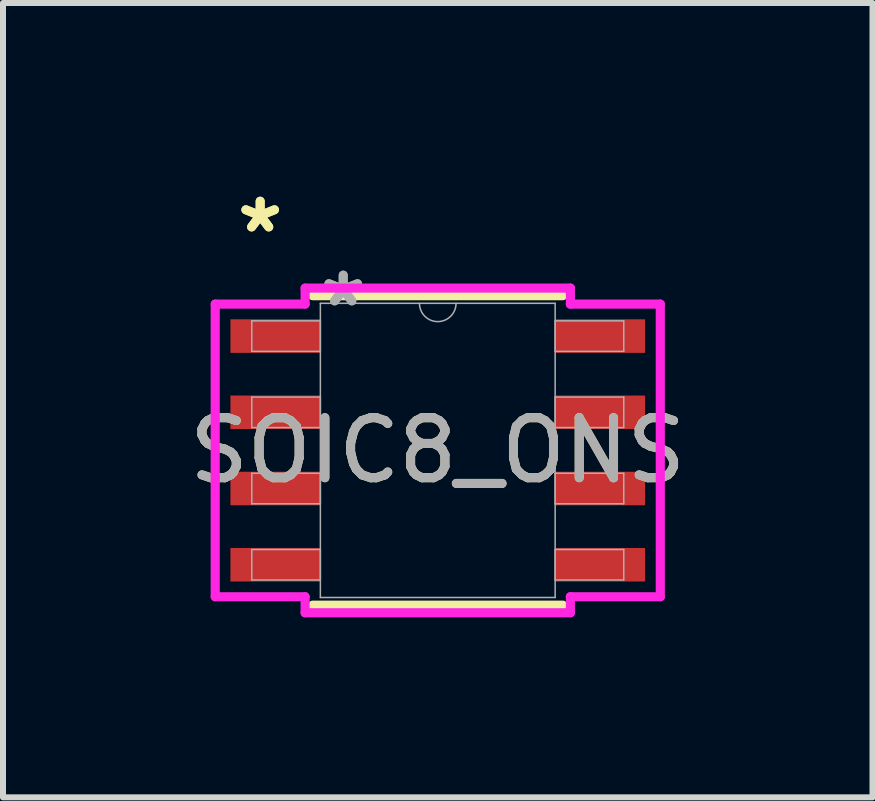
<source format=kicad_pcb>
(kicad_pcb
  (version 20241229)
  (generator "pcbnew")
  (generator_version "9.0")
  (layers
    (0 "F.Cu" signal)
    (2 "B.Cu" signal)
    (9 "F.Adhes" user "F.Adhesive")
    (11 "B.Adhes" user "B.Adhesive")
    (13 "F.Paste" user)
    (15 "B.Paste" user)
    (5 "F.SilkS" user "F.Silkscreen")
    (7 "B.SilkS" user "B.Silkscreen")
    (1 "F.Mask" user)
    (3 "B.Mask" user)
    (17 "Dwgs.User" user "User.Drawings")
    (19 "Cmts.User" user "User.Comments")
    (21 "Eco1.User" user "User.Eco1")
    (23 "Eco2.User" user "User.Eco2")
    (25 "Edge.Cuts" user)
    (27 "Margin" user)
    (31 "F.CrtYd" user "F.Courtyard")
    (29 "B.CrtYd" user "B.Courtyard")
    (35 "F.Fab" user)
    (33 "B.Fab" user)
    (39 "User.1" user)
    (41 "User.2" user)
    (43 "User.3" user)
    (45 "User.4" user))
  (footprint "SOIC8_ONS"
    (layer "F.Cu")
    (at 4.244 4.455)
    (property "Reference" "SOIC8_ONS" (at 0 0 0) (unlocked yes) (layer "F.SilkS") (effects (font (size 1 1) (thickness 0.15))))
    (attr smd)
    (fp_line (start -2.083 2.578) (end 2.083 2.578) (stroke (width 0.152) (type solid)) (layer "F.SilkS"))
    (fp_line (start 2.083 -2.578) (end -2.083 -2.578) (stroke (width 0.152) (type solid)) (layer "F.SilkS"))
    (fp_line (start -3.708 -2.438) (end -2.21 -2.438) (stroke (width 0.152) (type solid)) (layer "F.CrtYd"))
    (fp_line (start -3.708 2.438) (end -3.708 -2.438) (stroke (width 0.152) (type solid)) (layer "F.CrtYd"))
    (fp_line (start -3.708 2.438) (end -2.21 2.438) (stroke (width 0.152) (type solid)) (layer "F.CrtYd"))
    (fp_line (start -2.21 -2.705) (end 2.21 -2.705) (stroke (width 0.152) (type solid)) (layer "F.CrtYd"))
    (fp_line (start -2.21 -2.438) (end -2.21 -2.705) (stroke (width 0.152) (type solid)) (layer "F.CrtYd"))
    (fp_line (start -2.21 2.705) (end -2.21 2.438) (stroke (width 0.152) (type solid)) (layer "F.CrtYd"))
    (fp_line (start 2.21 -2.705) (end 2.21 -2.438) (stroke (width 0.152) (type solid)) (layer "F.CrtYd"))
    (fp_line (start 2.21 2.438) (end 2.21 2.705) (stroke (width 0.152) (type solid)) (layer "F.CrtYd"))
    (fp_line (start 2.21 2.705) (end -2.21 2.705) (stroke (width 0.152) (type solid)) (layer "F.CrtYd"))
    (fp_line (start 3.708 -2.438) (end 2.21 -2.438) (stroke (width 0.152) (type solid)) (layer "F.CrtYd"))
    (fp_line (start 3.708 -2.438) (end 3.708 2.438) (stroke (width 0.152) (type solid)) (layer "F.CrtYd"))
    (fp_line (start 3.708 2.438) (end 2.21 2.438) (stroke (width 0.152) (type solid)) (layer "F.CrtYd"))
    (fp_line (start -3.099 -2.159) (end -3.099 -1.651) (stroke (width 0.025) (type solid)) (layer "F.Fab"))
    (fp_line (start -3.099 -1.651) (end -1.956 -1.651) (stroke (width 0.025) (type solid)) (layer "F.Fab"))
    (fp_line (start -3.099 -0.889) (end -3.099 -0.381) (stroke (width 0.025) (type solid)) (layer "F.Fab"))
    (fp_line (start -3.099 -0.381) (end -1.956 -0.381) (stroke (width 0.025) (type solid)) (layer "F.Fab"))
    (fp_line (start -3.099 0.381) (end -3.099 0.889) (stroke (width 0.025) (type solid)) (layer "F.Fab"))
    (fp_line (start -3.099 0.889) (end -1.956 0.889) (stroke (width 0.025) (type solid)) (layer "F.Fab"))
    (fp_line (start -3.099 1.651) (end -3.099 2.159) (stroke (width 0.025) (type solid)) (layer "F.Fab"))
    (fp_line (start -3.099 2.159) (end -1.956 2.159) (stroke (width 0.025) (type solid)) (layer "F.Fab"))
    (fp_line (start -1.956 -2.451) (end -1.956 2.451) (stroke (width 0.025) (type solid)) (layer "F.Fab"))
    (fp_line (start -1.956 -2.159) (end -3.099 -2.159) (stroke (width 0.025) (type solid)) (layer "F.Fab"))
    (fp_line (start -1.956 -1.651) (end -1.956 -2.159) (stroke (width 0.025) (type solid)) (layer "F.Fab"))
    (fp_line (start -1.956 -0.889) (end -3.099 -0.889) (stroke (width 0.025) (type solid)) (layer "F.Fab"))
    (fp_line (start -1.956 -0.381) (end -1.956 -0.889) (stroke (width 0.025) (type solid)) (layer "F.Fab"))
    (fp_line (start -1.956 0.381) (end -3.099 0.381) (stroke (width 0.025) (type solid)) (layer "F.Fab"))
    (fp_line (start -1.956 0.889) (end -1.956 0.381) (stroke (width 0.025) (type solid)) (layer "F.Fab"))
    (fp_line (start -1.956 1.651) (end -3.099 1.651) (stroke (width 0.025) (type solid)) (layer "F.Fab"))
    (fp_line (start -1.956 2.159) (end -1.956 1.651) (stroke (width 0.025) (type solid)) (layer "F.Fab"))
    (fp_line (start -1.956 2.451) (end 1.956 2.451) (stroke (width 0.025) (type solid)) (layer "F.Fab"))
    (fp_line (start 1.956 -2.451) (end -1.956 -2.451) (stroke (width 0.025) (type solid)) (layer "F.Fab"))
    (fp_line (start 1.956 -2.159) (end 1.956 -1.651) (stroke (width 0.025) (type solid)) (layer "F.Fab"))
    (fp_line (start 1.956 -1.651) (end 3.099 -1.651) (stroke (width 0.025) (type solid)) (layer "F.Fab"))
    (fp_line (start 1.956 -0.889) (end 1.956 -0.381) (stroke (width 0.025) (type solid)) (layer "F.Fab"))
    (fp_line (start 1.956 -0.381) (end 3.099 -0.381) (stroke (width 0.025) (type solid)) (layer "F.Fab"))
    (fp_line (start 1.956 0.381) (end 1.956 0.889) (stroke (width 0.025) (type solid)) (layer "F.Fab"))
    (fp_line (start 1.956 0.889) (end 3.099 0.889) (stroke (width 0.025) (type solid)) (layer "F.Fab"))
    (fp_line (start 1.956 1.651) (end 1.956 2.159) (stroke (width 0.025) (type solid)) (layer "F.Fab"))
    (fp_line (start 1.956 2.159) (end 3.099 2.159) (stroke (width 0.025) (type solid)) (layer "F.Fab"))
    (fp_line (start 1.956 2.451) (end 1.956 -2.451) (stroke (width 0.025) (type solid)) (layer "F.Fab"))
    (fp_line (start 3.099 -2.159) (end 1.956 -2.159) (stroke (width 0.025) (type solid)) (layer "F.Fab"))
    (fp_line (start 3.099 -1.651) (end 3.099 -2.159) (stroke (width 0.025) (type solid)) (layer "F.Fab"))
    (fp_line (start 3.099 -0.889) (end 1.956 -0.889) (stroke (width 0.025) (type solid)) (layer "F.Fab"))
    (fp_line (start 3.099 -0.381) (end 3.099 -0.889) (stroke (width 0.025) (type solid)) (layer "F.Fab"))
    (fp_line (start 3.099 0.381) (end 1.956 0.381) (stroke (width 0.025) (type solid)) (layer "F.Fab"))
    (fp_line (start 3.099 0.889) (end 3.099 0.381) (stroke (width 0.025) (type solid)) (layer "F.Fab"))
    (fp_line (start 3.099 1.651) (end 1.956 1.651) (stroke (width 0.025) (type solid)) (layer "F.Fab"))
    (fp_line (start 3.099 2.159) (end 3.099 1.651) (stroke (width 0.025) (type solid)) (layer "F.Fab"))
    (fp_arc (start 0.3048 -2.4511) (mid 0 -2.1463) (end -0.3048 -2.4511) (stroke (width 0.0254) (type solid)) (layer "F.Fab"))
    (fp_text user "*" (at -2.959 -3.607 0) (unlocked yes) (layer "F.SilkS") (effects (font (size 1 1) (thickness 0.15))))
    (fp_text user "*" (at -2.959 -3.607 0) (layer "F.SilkS") (effects (font (size 1 1) (thickness 0.15))))
    (fp_text user "*" (at -1.575 -2.375 0) (layer "F.Fab") (effects (font (size 1 1) (thickness 0.15))))
    (fp_text user "${REFERENCE}" (at 0 0 0) (unlocked yes) (layer "F.Fab") (effects (font (size 1 1) (thickness 0.15))))
    (fp_text user "*" (at -1.575 -2.375 0) (unlocked yes) (layer "F.Fab") (effects (font (size 1 1) (thickness 0.15))))
    (pad "1" smd rect (at -2.705 -1.905) (size 1.499 0.559) (layers "F.Cu" "F.Mask" "F.Paste"))
    (pad "2" smd rect (at -2.705 -0.635) (size 1.499 0.559) (layers "F.Cu" "F.Mask" "F.Paste"))
    (pad "3" smd rect (at -2.705 0.635) (size 1.499 0.559) (layers "F.Cu" "F.Mask" "F.Paste"))
    (pad "4" smd rect (at -2.705 1.905) (size 1.499 0.559) (layers "F.Cu" "F.Mask" "F.Paste"))
    (pad "5" smd rect (at 2.705 1.905) (size 1.499 0.559) (layers "F.Cu" "F.Mask" "F.Paste"))
    (pad "6" smd rect (at 2.705 0.635) (size 1.499 0.559) (layers "F.Cu" "F.Mask" "F.Paste"))
    (pad "7" smd rect (at 2.705 -0.635) (size 1.499 0.559) (layers "F.Cu" "F.Mask" "F.Paste"))
    (pad "8" smd rect (at 2.705 -1.905) (size 1.499 0.559) (layers "F.Cu" "F.Mask" "F.Paste")))
  (gr_rect
    (start -3 -3)
    (end 11.488 10.236)
    (stroke (width 0.1) (type default))
    (fill no)
    (layer "Edge.Cuts")))
</source>
